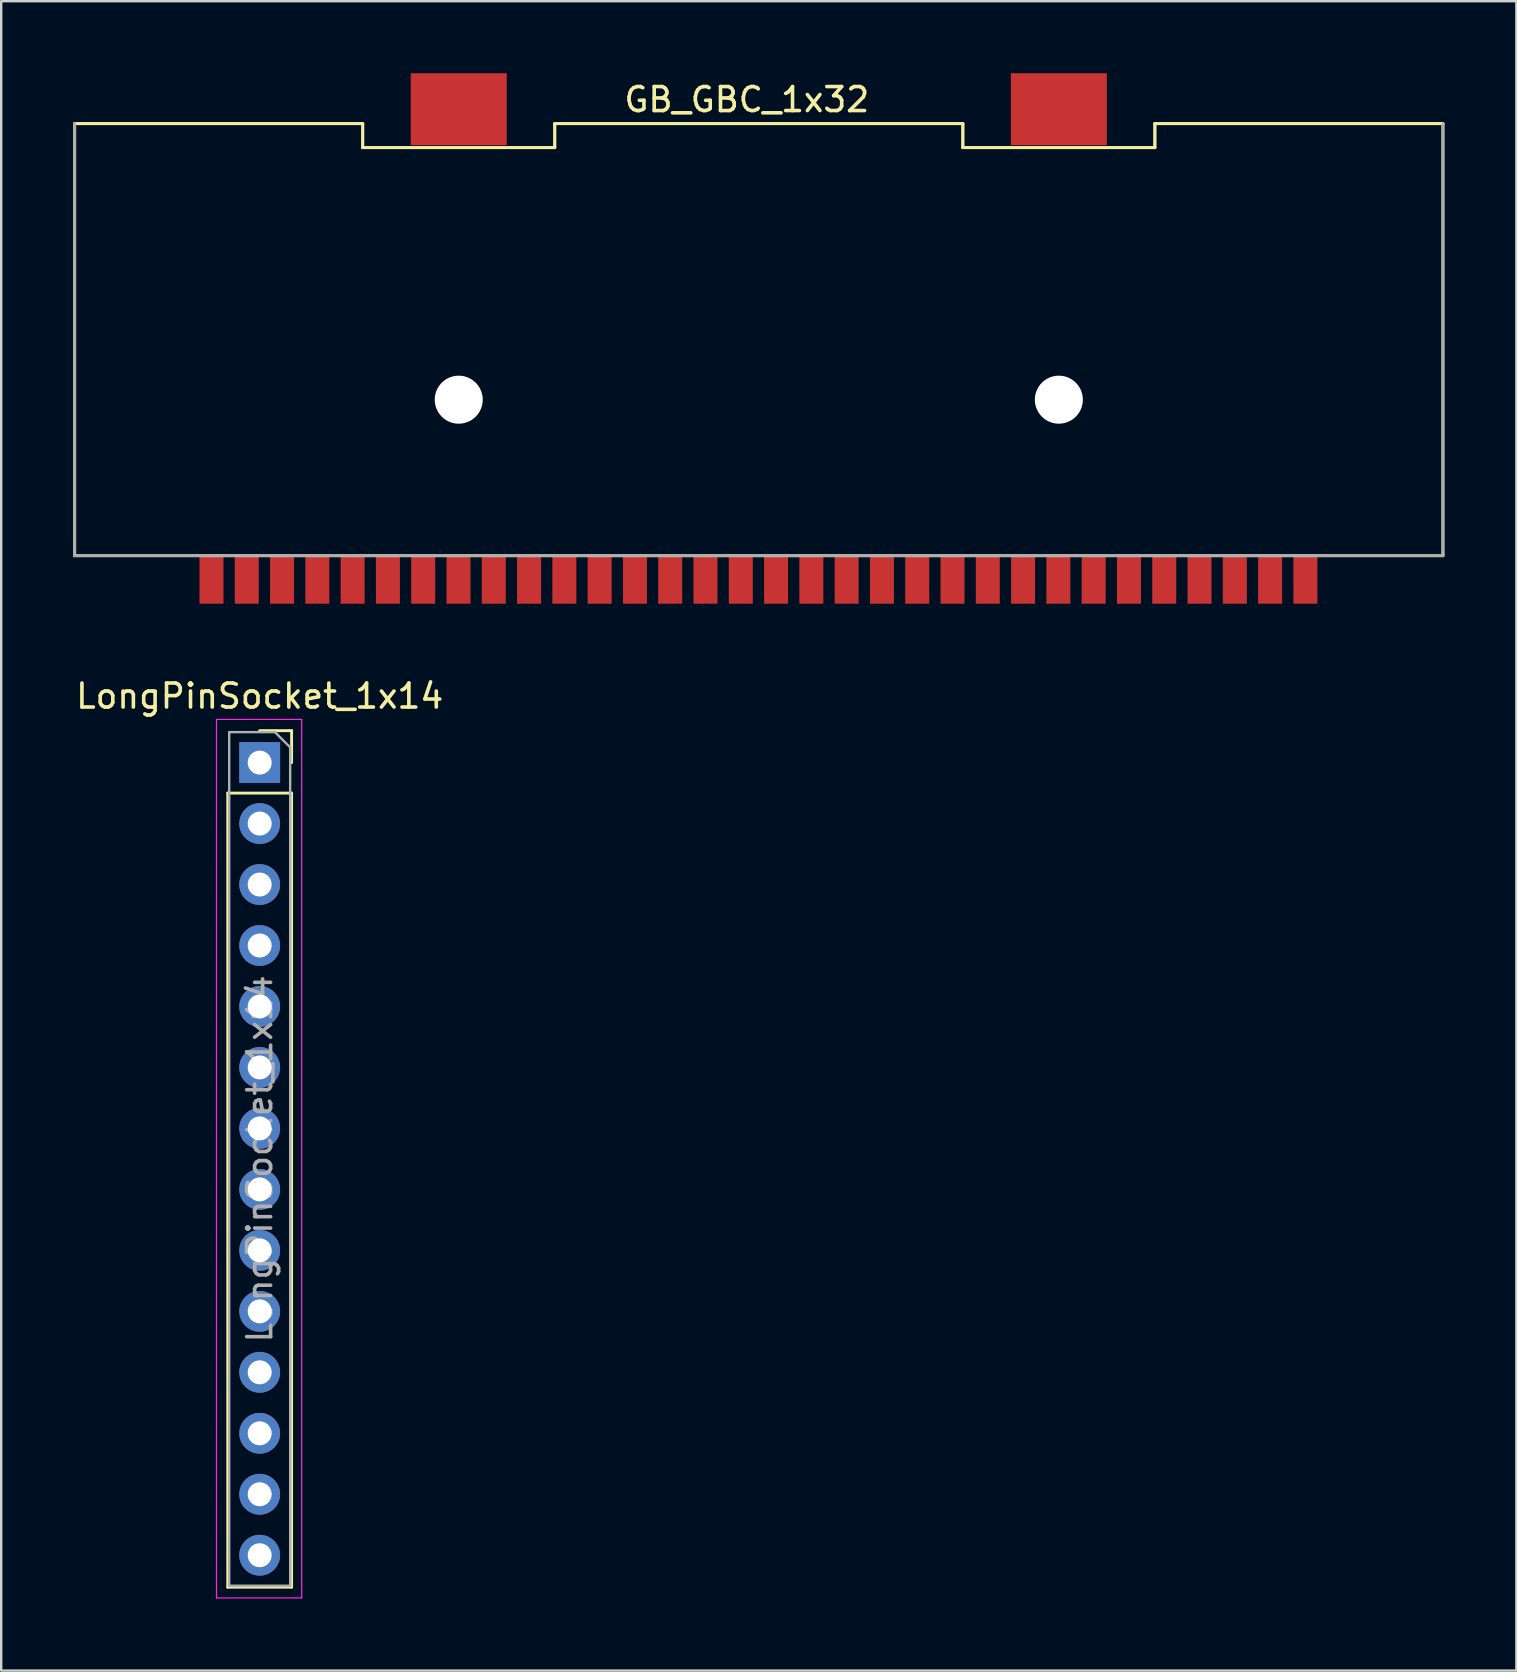
<source format=kicad_pcb>
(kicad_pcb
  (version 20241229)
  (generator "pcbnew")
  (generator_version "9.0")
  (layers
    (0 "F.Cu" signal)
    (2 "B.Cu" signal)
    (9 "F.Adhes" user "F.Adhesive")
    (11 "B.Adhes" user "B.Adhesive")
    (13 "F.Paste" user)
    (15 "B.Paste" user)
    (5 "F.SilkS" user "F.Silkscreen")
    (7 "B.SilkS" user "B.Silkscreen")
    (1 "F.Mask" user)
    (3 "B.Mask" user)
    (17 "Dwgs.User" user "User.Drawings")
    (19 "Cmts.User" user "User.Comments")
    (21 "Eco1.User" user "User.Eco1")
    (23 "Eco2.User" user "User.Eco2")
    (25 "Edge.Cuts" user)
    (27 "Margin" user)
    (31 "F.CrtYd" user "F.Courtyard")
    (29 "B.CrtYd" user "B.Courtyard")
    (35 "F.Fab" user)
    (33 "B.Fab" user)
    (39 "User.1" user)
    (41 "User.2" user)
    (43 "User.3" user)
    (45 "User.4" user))
  (footprint "GB_GBC_1x32"
    (layer "F.Cu")
    (at 28.06 11.1)
    (property "Reference" "GB_GBC_1x32" (at 0 -10 0) (layer "F.SilkS") (effects (font (size 1 1) (thickness 0.15))))
    (attr smd)
    (fp_line (start -28 -9) (end -16 -9) (stroke (width 0.12) (type solid)) (layer "F.SilkS"))
    (fp_line (start -28 -9) (end -16 -9) (stroke (width 0.12) (type solid)) (layer "F.SilkS"))
    (fp_line (start -28 9) (end -28 -9) (stroke (width 0.12) (type solid)) (layer "F.SilkS"))
    (fp_line (start -16 -9) (end -16 -8) (stroke (width 0.12) (type solid)) (layer "F.SilkS"))
    (fp_line (start -16 -9) (end -16 -8) (stroke (width 0.12) (type solid)) (layer "F.SilkS"))
    (fp_line (start -16 -8) (end -8 -8) (stroke (width 0.12) (type solid)) (layer "F.SilkS"))
    (fp_line (start -16 -8) (end -8 -8) (stroke (width 0.12) (type solid)) (layer "F.SilkS"))
    (fp_line (start -8 -9) (end 9 -9) (stroke (width 0.12) (type solid)) (layer "F.SilkS"))
    (fp_line (start -8 -8) (end -8 -9) (stroke (width 0.12) (type solid)) (layer "F.SilkS"))
    (fp_line (start -8 -8) (end -8 -9) (stroke (width 0.12) (type solid)) (layer "F.SilkS"))
    (fp_line (start 9 -9) (end -8 -9) (stroke (width 0.12) (type solid)) (layer "F.SilkS"))
    (fp_line (start 9 -9) (end 9 -8) (stroke (width 0.12) (type solid)) (layer "F.SilkS"))
    (fp_line (start 9 -8) (end 9 -9) (stroke (width 0.12) (type solid)) (layer "F.SilkS"))
    (fp_line (start 9 -8) (end 17 -8) (stroke (width 0.12) (type solid)) (layer "F.SilkS"))
    (fp_line (start 17 -9) (end 17 -8) (stroke (width 0.12) (type solid)) (layer "F.SilkS"))
    (fp_line (start 17 -9) (end 29 -9) (stroke (width 0.12) (type solid)) (layer "F.SilkS"))
    (fp_line (start 17 -8) (end 9 -8) (stroke (width 0.12) (type solid)) (layer "F.SilkS"))
    (fp_line (start 17 -8) (end 17 -9) (stroke (width 0.12) (type solid)) (layer "F.SilkS"))
    (fp_line (start 29 -9) (end 17 -9) (stroke (width 0.12) (type solid)) (layer "F.SilkS"))
    (fp_line (start 29 -9) (end 29 9) (stroke (width 0.12) (type solid)) (layer "F.SilkS"))
    (fp_line (start 29 9) (end -28 9) (stroke (width 0.12) (type solid)) (layer "F.SilkS"))
    (fp_line (start -28 -9) (end -28 9) (stroke (width 0.12) (type solid)) (layer "F.Fab"))
    (fp_line (start -28 9) (end 29 9) (stroke (width 0.12) (type solid)) (layer "F.Fab"))
    (fp_line (start 29 9) (end 29 -9) (stroke (width 0.12) (type solid)) (layer "F.Fab"))
    (pad "" smd rect (at -12 -9.6) (size 4 3) (layers "F.Cu" "F.Mask" "F.Paste"))
    (pad "" np_thru_hole circle (at -12 2.5) (size 2 2) (drill 2) (layers "*.Cu" "*.Mask"))
    (pad "" smd rect (at 13 -9.6) (size 4 3) (layers "F.Cu" "F.Mask" "F.Paste"))
    (pad "" np_thru_hole circle (at 13 2.5) (size 2 2) (drill 2) (layers "*.Cu" "*.Mask"))
    (pad "1" smd rect (at -22.3 10) (size 1 2) (layers "F.Cu" "F.Mask" "F.Paste"))
    (pad "2" smd rect (at -20.83 10) (size 1 2) (layers "F.Cu" "F.Mask" "F.Paste"))
    (pad "3" smd rect (at -19.36 10) (size 1 2) (layers "F.Cu" "F.Mask" "F.Paste"))
    (pad "4" smd rect (at -17.89 10) (size 1 2) (layers "F.Cu" "F.Mask" "F.Paste"))
    (pad "5" smd rect (at -16.42 10) (size 1 2) (layers "F.Cu" "F.Mask" "F.Paste"))
    (pad "6" smd rect (at -14.95 10) (size 1 2) (layers "F.Cu" "F.Mask" "F.Paste"))
    (pad "7" smd rect (at -13.48 10) (size 1 2) (layers "F.Cu" "F.Mask" "F.Paste"))
    (pad "8" smd rect (at -12.01 10) (size 1 2) (layers "F.Cu" "F.Mask" "F.Paste"))
    (pad "9" smd rect (at -10.54 10) (size 1 2) (layers "F.Cu" "F.Mask" "F.Paste"))
    (pad "10" smd rect (at -9.07 10) (size 1 2) (layers "F.Cu" "F.Mask" "F.Paste"))
    (pad "11" smd rect (at -7.6 10) (size 1 2) (layers "F.Cu" "F.Mask" "F.Paste"))
    (pad "12" smd rect (at -6.13 10) (size 1 2) (layers "F.Cu" "F.Mask" "F.Paste"))
    (pad "13" smd rect (at -4.66 10) (size 1 2) (layers "F.Cu" "F.Mask" "F.Paste"))
    (pad "14" smd rect (at -3.19 10) (size 1 2) (layers "F.Cu" "F.Mask" "F.Paste"))
    (pad "15" smd rect (at -1.72 10) (size 1 2) (layers "F.Cu" "F.Mask" "F.Paste"))
    (pad "16" smd rect (at -0.25 10) (size 1 2) (layers "F.Cu" "F.Mask" "F.Paste"))
    (pad "17" smd rect (at 1.22 10) (size 1 2) (layers "F.Cu" "F.Mask" "F.Paste"))
    (pad "18" smd rect (at 2.69 10) (size 1 2) (layers "F.Cu" "F.Mask" "F.Paste"))
    (pad "19" smd rect (at 4.16 10) (size 1 2) (layers "F.Cu" "F.Mask" "F.Paste"))
    (pad "20" smd rect (at 5.63 10) (size 1 2) (layers "F.Cu" "F.Mask" "F.Paste"))
    (pad "21" smd rect (at 7.1 10) (size 1 2) (layers "F.Cu" "F.Mask" "F.Paste"))
    (pad "22" smd rect (at 8.57 10) (size 1 2) (layers "F.Cu" "F.Mask" "F.Paste"))
    (pad "23" smd rect (at 10.04 10) (size 1 2) (layers "F.Cu" "F.Mask" "F.Paste"))
    (pad "24" smd rect (at 11.51 10) (size 1 2) (layers "F.Cu" "F.Mask" "F.Paste"))
    (pad "25" smd rect (at 12.98 10) (size 1 2) (layers "F.Cu" "F.Mask" "F.Paste"))
    (pad "26" smd rect (at 14.45 10) (size 1 2) (layers "F.Cu" "F.Mask" "F.Paste"))
    (pad "27" smd rect (at 15.92 10) (size 1 2) (layers "F.Cu" "F.Mask" "F.Paste"))
    (pad "28" smd rect (at 17.39 10) (size 1 2) (layers "F.Cu" "F.Mask" "F.Paste"))
    (pad "29" smd rect (at 18.86 10) (size 1 2) (layers "F.Cu" "F.Mask" "F.Paste"))
    (pad "30" smd rect (at 20.33 10) (size 1 2) (layers "F.Cu" "F.Mask" "F.Paste"))
    (pad "31" smd rect (at 21.8 10) (size 1 2) (layers "F.Cu" "F.Mask" "F.Paste"))
    (pad "32" smd rect (at 23.27 10) (size 1 2) (layers "F.Cu" "F.Mask" "F.Paste")))
  (footprint "LongPinSocket_1x14"
    (layer "F.Cu")
    (at 7.768 28.718)
    (property "Reference" "LongPinSocket_1x14" (at 0 -2.77 0) (layer "F.SilkS") (effects (font (size 1 1) (thickness 0.15))))
    (attr through_hole)
    (fp_line (start -1.33 1.27) (end -1.33 34.35) (stroke (width 0.12) (type solid)) (layer "F.SilkS"))
    (fp_line (start -1.33 1.27) (end 1.33 1.27) (stroke (width 0.12) (type solid)) (layer "F.SilkS"))
    (fp_line (start -1.33 34.35) (end 1.33 34.35) (stroke (width 0.12) (type solid)) (layer "F.SilkS"))
    (fp_line (start 0 -1.33) (end 1.33 -1.33) (stroke (width 0.12) (type solid)) (layer "F.SilkS"))
    (fp_line (start 1.33 -1.33) (end 1.33 0) (stroke (width 0.12) (type solid)) (layer "F.SilkS"))
    (fp_line (start 1.33 1.27) (end 1.33 34.35) (stroke (width 0.12) (type solid)) (layer "F.SilkS"))
    (fp_line (start -1.8 -1.8) (end 1.75 -1.8) (stroke (width 0.05) (type solid)) (layer "F.CrtYd"))
    (fp_line (start -1.8 34.8) (end -1.8 -1.8) (stroke (width 0.05) (type solid)) (layer "F.CrtYd"))
    (fp_line (start 1.75 -1.8) (end 1.75 34.8) (stroke (width 0.05) (type solid)) (layer "F.CrtYd"))
    (fp_line (start 1.75 34.8) (end -1.8 34.8) (stroke (width 0.05) (type solid)) (layer "F.CrtYd"))
    (fp_line (start -1.27 -1.27) (end 0.635 -1.27) (stroke (width 0.1) (type solid)) (layer "F.Fab"))
    (fp_line (start -1.27 34.29) (end -1.27 -1.27) (stroke (width 0.1) (type solid)) (layer "F.Fab"))
    (fp_line (start 0.635 -1.27) (end 1.27 -0.635) (stroke (width 0.1) (type solid)) (layer "F.Fab"))
    (fp_line (start 1.27 -0.635) (end 1.27 34.29) (stroke (width 0.1) (type solid)) (layer "F.Fab"))
    (fp_line (start 1.27 34.29) (end -1.27 34.29) (stroke (width 0.1) (type solid)) (layer "F.Fab"))
    (fp_text user "${REFERENCE}" (at 0 16.51 90) (layer "F.Fab") (effects (font (size 1 1) (thickness 0.15))))
    (pad "1" thru_hole rect (at 0 0) (size 1.7 1.7) (drill 1) (layers "*.Cu" "*.Mask"))
    (pad "2" thru_hole oval (at 0 2.54) (size 1.7 1.7) (drill 1) (layers "*.Cu" "*.Mask"))
    (pad "3" thru_hole oval (at 0 5.08) (size 1.7 1.7) (drill 1) (layers "*.Cu" "*.Mask"))
    (pad "4" thru_hole oval (at 0 7.62) (size 1.7 1.7) (drill 1) (layers "*.Cu" "*.Mask"))
    (pad "5" thru_hole oval (at 0 10.16) (size 1.7 1.7) (drill 1) (layers "*.Cu" "*.Mask"))
    (pad "6" thru_hole oval (at 0 12.7) (size 1.7 1.7) (drill 1) (layers "*.Cu" "*.Mask"))
    (pad "7" thru_hole oval (at 0 15.24) (size 1.7 1.7) (drill 1) (layers "*.Cu" "*.Mask"))
    (pad "8" thru_hole oval (at 0 17.78) (size 1.7 1.7) (drill 1) (layers "*.Cu" "*.Mask"))
    (pad "9" thru_hole oval (at 0 20.32) (size 1.7 1.7) (drill 1) (layers "*.Cu" "*.Mask"))
    (pad "10" thru_hole oval (at 0 22.86) (size 1.7 1.7) (drill 1) (layers "*.Cu" "*.Mask"))
    (pad "11" thru_hole oval (at 0 25.4) (size 1.7 1.7) (drill 1) (layers "*.Cu" "*.Mask"))
    (pad "12" thru_hole oval (at 0 27.94) (size 1.7 1.7) (drill 1) (layers "*.Cu" "*.Mask"))
    (pad "13" thru_hole oval (at 0 30.48) (size 1.7 1.7) (drill 1) (layers "*.Cu" "*.Mask"))
    (pad "14" thru_hole oval (at 0 33.02) (size 1.7 1.7) (drill 1) (layers "*.Cu" "*.Mask")))
  (gr_rect
    (start -3 -3)
    (end 60.12 66.543)
    (stroke (width 0.1) (type default))
    (fill no)
    (layer "Edge.Cuts")))
</source>
